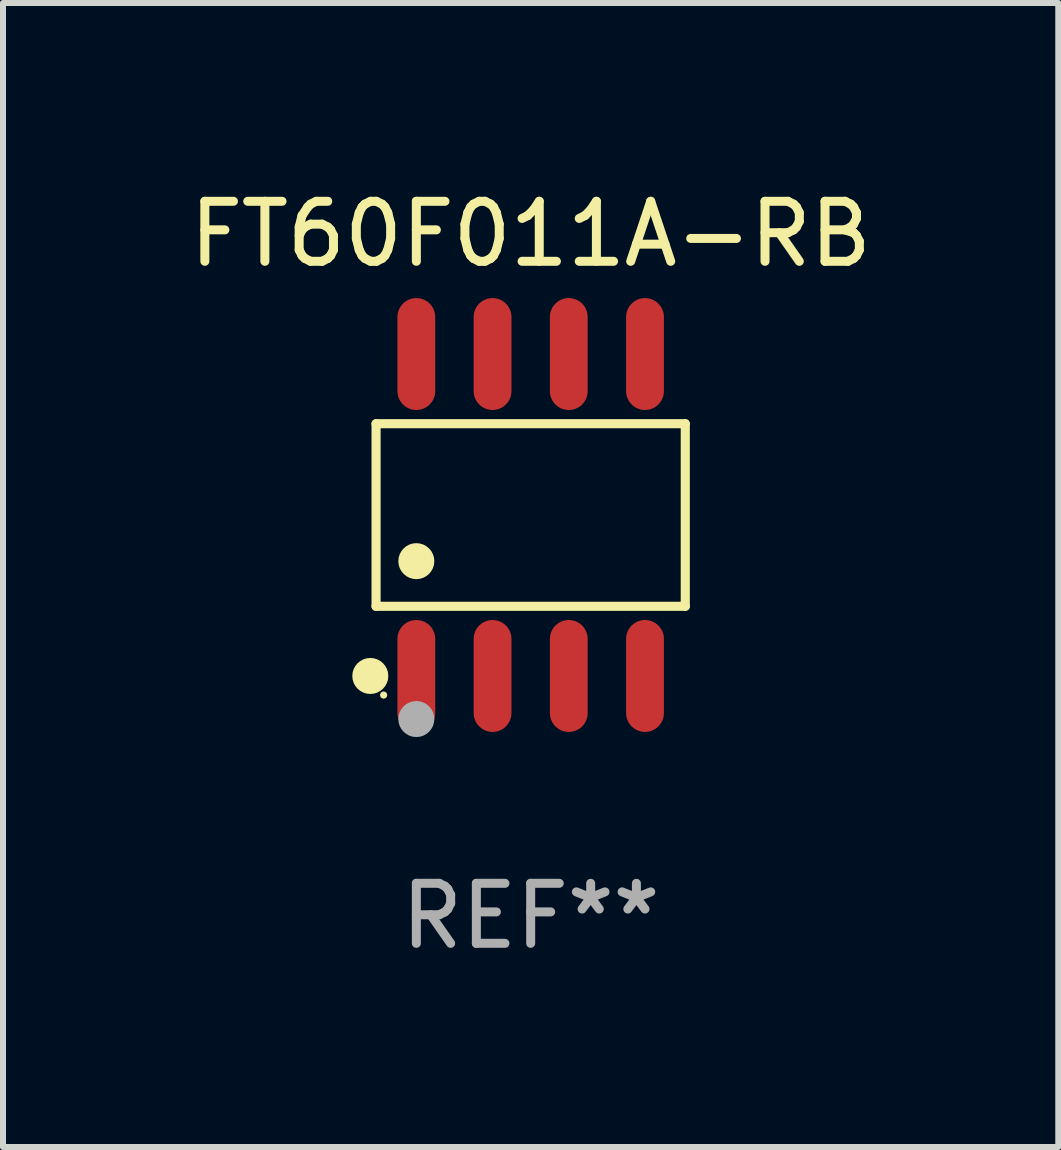
<source format=kicad_pcb>
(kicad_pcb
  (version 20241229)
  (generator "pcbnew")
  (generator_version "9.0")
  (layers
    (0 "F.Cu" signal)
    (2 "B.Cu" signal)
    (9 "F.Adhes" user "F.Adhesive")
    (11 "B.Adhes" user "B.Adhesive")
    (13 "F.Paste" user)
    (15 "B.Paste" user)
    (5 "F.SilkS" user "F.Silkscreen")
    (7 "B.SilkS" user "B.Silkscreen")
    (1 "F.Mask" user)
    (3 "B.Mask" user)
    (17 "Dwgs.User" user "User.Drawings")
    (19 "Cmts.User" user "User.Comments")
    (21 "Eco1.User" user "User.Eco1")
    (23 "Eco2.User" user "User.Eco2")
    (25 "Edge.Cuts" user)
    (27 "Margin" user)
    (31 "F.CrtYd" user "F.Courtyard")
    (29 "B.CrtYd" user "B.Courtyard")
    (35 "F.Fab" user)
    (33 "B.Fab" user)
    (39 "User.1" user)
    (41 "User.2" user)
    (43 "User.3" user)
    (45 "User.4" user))
  (footprint "FT60F011A-RB"
    (layer "F.Cu")
    (at 5.792 5.531)
    (property "Reference" "FT60F011A-RB" (at 0 -4.682 0) (layer "F.SilkS") (effects (font (size 1 1) (thickness 0.15))))
    (attr through_hole)
    (fp_line (start -2.576 -1.521) (end 2.576 -1.521) (stroke (width 0.152) (type solid)) (layer "F.SilkS"))
    (fp_line (start -2.576 1.521) (end -2.576 -1.521) (stroke (width 0.152) (type solid)) (layer "F.SilkS"))
    (fp_line (start 2.576 -1.521) (end 2.576 1.521) (stroke (width 0.152) (type solid)) (layer "F.SilkS"))
    (fp_line (start 2.576 1.521) (end -2.576 1.521) (stroke (width 0.152) (type solid)) (layer "F.SilkS"))
    (fp_circle (center -2.672 2.682) (end -2.522 2.682) (stroke (width 0.3) (type solid)) (fill no) (layer "F.SilkS"))
    (fp_circle (center -2.45 3) (end -2.42 3) (stroke (width 0.06) (type solid)) (fill no) (layer "F.SilkS"))
    (fp_circle (center -1.905 0.769) (end -1.755 0.769) (stroke (width 0.3) (type solid)) (fill no) (layer "F.SilkS"))
    (fp_circle (center -1.905 3.4) (end -1.755 3.4) (stroke (width 0.3) (type solid)) (fill no) (layer "F.Fab"))
    (fp_text user "REF**" (at 0 6.682 0) (layer "F.Fab") (effects (font (size 1 1) (thickness 0.15))))
    (pad "1" smd oval (at -1.905 2.682) (size 0.63 1.865) (layers "F.Cu" "F.Mask" "F.Paste"))
    (pad "2" smd oval (at -0.635 2.682) (size 0.63 1.865) (layers "F.Cu" "F.Mask" "F.Paste"))
    (pad "3" smd oval (at 0.635 2.682) (size 0.63 1.865) (layers "F.Cu" "F.Mask" "F.Paste"))
    (pad "4" smd oval (at 1.905 2.682) (size 0.63 1.865) (layers "F.Cu" "F.Mask" "F.Paste"))
    (pad "5" smd oval (at 1.905 -2.682) (size 0.63 1.865) (layers "F.Cu" "F.Mask" "F.Paste"))
    (pad "6" smd oval (at 0.635 -2.682) (size 0.63 1.865) (layers "F.Cu" "F.Mask" "F.Paste"))
    (pad "7" smd oval (at -0.635 -2.682) (size 0.63 1.865) (layers "F.Cu" "F.Mask" "F.Paste"))
    (pad "8" smd oval (at -1.905 -2.682) (size 0.63 1.865) (layers "F.Cu" "F.Mask" "F.Paste")))
  (gr_rect
    (start -3 -3)
    (end 14.583 16.061)
    (stroke (width 0.1) (type default))
    (fill no)
    (layer "Edge.Cuts")))
</source>
